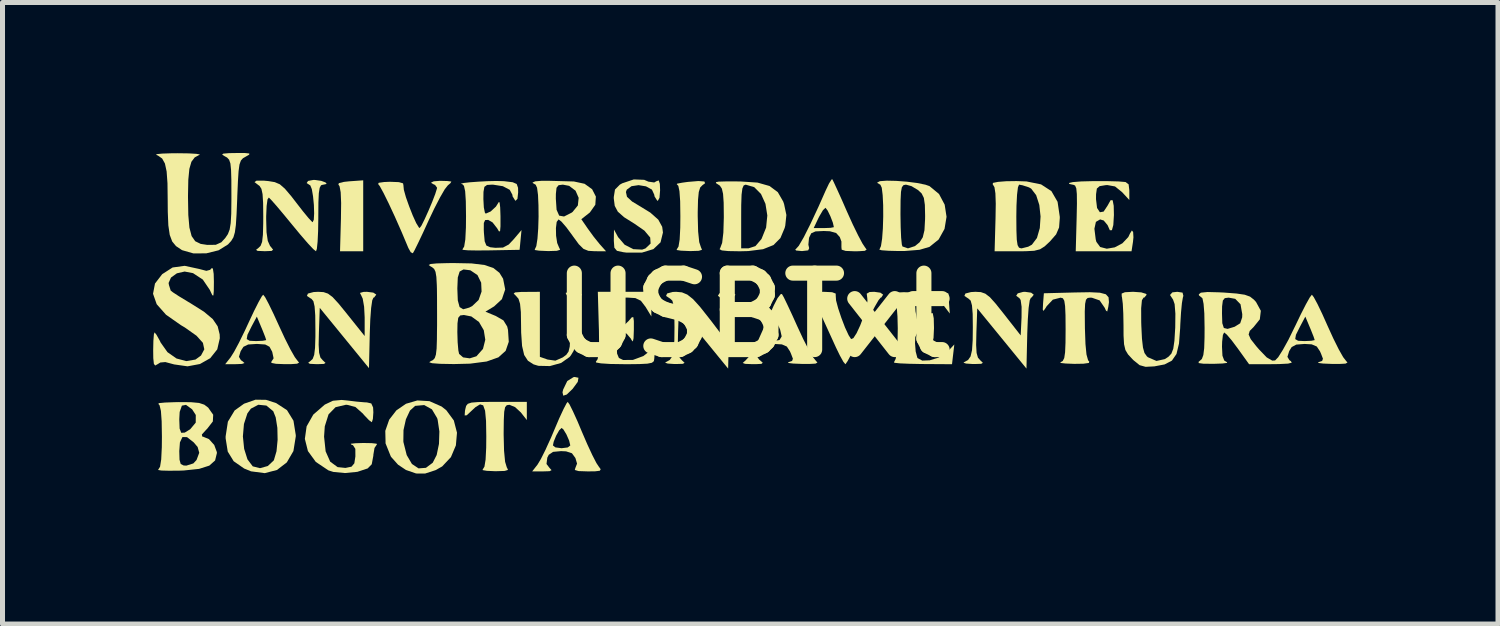
<source format=kicad_pcb>
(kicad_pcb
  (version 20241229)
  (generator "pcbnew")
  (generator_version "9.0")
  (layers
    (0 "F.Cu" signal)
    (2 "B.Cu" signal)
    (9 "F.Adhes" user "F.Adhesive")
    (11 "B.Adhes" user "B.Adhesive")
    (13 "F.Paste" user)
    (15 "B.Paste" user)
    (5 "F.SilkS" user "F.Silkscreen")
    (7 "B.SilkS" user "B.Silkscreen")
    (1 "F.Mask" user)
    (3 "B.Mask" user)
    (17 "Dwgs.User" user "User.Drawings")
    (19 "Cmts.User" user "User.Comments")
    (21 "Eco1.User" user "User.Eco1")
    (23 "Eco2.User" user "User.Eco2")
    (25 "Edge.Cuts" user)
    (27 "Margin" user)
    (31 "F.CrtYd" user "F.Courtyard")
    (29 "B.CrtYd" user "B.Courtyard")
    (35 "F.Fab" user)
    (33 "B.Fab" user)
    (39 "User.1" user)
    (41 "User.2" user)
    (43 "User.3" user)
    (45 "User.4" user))
  (footprint "USBTxt"
    (layer "F.Cu")
    (at 11.953 3.228)
    (property "Reference" "USBTxt" (at 0 0 0) (layer "F.SilkS") (effects (font (size 1.524 1.524) (thickness 0.3))))
    (attr board_only exclude_from_pos_files exclude_from_bom)
    (fp_poly (pts (xy -3.474 1.251) (xy -3.488 1.333) (xy -3.59 1.472) (xy -3.707 1.585) (xy -3.777 1.608) (xy -3.792 1.541) (xy -3.779 1.486) (xy -3.697 1.316) (xy -3.575 1.24) (xy -3.551 1.235)) (stroke (width 0) (type solid)) (fill yes) (layer "F.SilkS"))
    (fp_poly (pts (xy -7.764 -1.27) (xy -8.226 -1.27) (xy -8.208 -1.914) (xy -8.204 -2.232) (xy -8.213 -2.446) (xy -8.236 -2.567) (xy -8.259 -2.6) (xy -8.249 -2.628) (xy -8.148 -2.653) (xy -8.046 -2.664) (xy -7.764 -2.684)) (stroke (width 0) (type solid)) (fill yes) (layer "F.SilkS"))
    (fp_poly (pts (xy -0.965 -2.661) (xy -0.95 -2.626) (xy -1.003 -2.587) (xy -1.048 -2.541) (xy -1.076 -2.451) (xy -1.091 -2.295) (xy -1.097 -2.05) (xy -1.097 -1.971) (xy -1.089 -1.665) (xy -1.067 -1.452) (xy -1.031 -1.344) (xy -1.028 -1.339) (xy -1.012 -1.299) (xy -1.077 -1.279) (xy -1.239 -1.274) (xy -1.273 -1.275) (xy -1.431 -1.282) (xy -1.515 -1.295) (xy -1.515 -1.308) (xy -1.48 -1.364) (xy -1.457 -1.504) (xy -1.445 -1.741) (xy -1.443 -1.968) (xy -1.447 -2.268) (xy -1.461 -2.467) (xy -1.484 -2.575) (xy -1.515 -2.607) (xy -1.506 -2.618) (xy -1.406 -2.637) (xy -1.299 -2.652) (xy -1.084 -2.67)) (stroke (width 0) (type solid)) (fill yes) (layer "F.SilkS"))
    (fp_poly (pts (xy -9.7 1.691) (xy -9.499 1.756) (xy -9.283 1.897) (xy -9.154 2.107) (xy -9.108 2.394) (xy -9.108 2.42) (xy -9.155 2.712) (xy -9.287 2.938) (xy -9.483 3.089) (xy -9.727 3.152) (xy -10 3.116) (xy -10.137 3.06) (xy -10.346 2.914) (xy -10.464 2.722) (xy -10.506 2.458) (xy -10.506 2.42) (xy -10.162 2.42) (xy -10.137 2.667) (xy -10.071 2.877) (xy -9.968 3.014) (xy -9.964 3.017) (xy -9.821 3.053) (xy -9.666 3.01) (xy -9.549 2.901) (xy -9.542 2.886) (xy -9.492 2.716) (xy -9.47 2.489) (xy -9.475 2.25) (xy -9.508 2.041) (xy -9.557 1.918) (xy -9.694 1.805) (xy -9.854 1.789) (xy -10.002 1.866) (xy -10.072 1.96) (xy -10.141 2.172) (xy -10.162 2.42) (xy -10.506 2.42) (xy -10.506 2.419) (xy -10.461 2.126) (xy -10.326 1.902) (xy -10.139 1.768) (xy -9.91 1.688)) (stroke (width 0) (type solid)) (fill yes) (layer "F.SilkS"))
    (fp_poly (pts (xy -6.444 1.717) (xy -6.202 1.824) (xy -6.109 1.897) (xy -5.958 2.102) (xy -5.895 2.346) (xy -5.917 2.599) (xy -6.016 2.833) (xy -6.19 3.018) (xy -6.321 3.092) (xy -6.53 3.16) (xy -6.709 3.159) (xy -6.912 3.089) (xy -7.07 2.983) (xy -7.205 2.832) (xy -7.215 2.817) (xy -7.319 2.558) (xy -7.319 2.516) (xy -6.964 2.516) (xy -6.962 2.535) (xy -6.897 2.792) (xy -6.793 2.969) (xy -6.661 3.057) (xy -6.514 3.046) (xy -6.379 2.945) (xy -6.3 2.791) (xy -6.254 2.569) (xy -6.246 2.321) (xy -6.28 2.091) (xy -6.29 2.056) (xy -6.394 1.881) (xy -6.548 1.795) (xy -6.728 1.811) (xy -6.832 1.905) (xy -6.913 2.078) (xy -6.961 2.294) (xy -6.964 2.516) (xy -7.319 2.516) (xy -7.324 2.309) (xy -7.246 2.086) (xy -7.103 1.901) (xy -6.911 1.769) (xy -6.685 1.703)) (stroke (width 0) (type solid)) (fill yes) (layer "F.SilkS"))
    (fp_poly (pts (xy -4.503 2.094) (xy -4.622 1.942) (xy -4.737 1.836) (xy -4.849 1.79) (xy -4.853 1.79) (xy -4.903 1.798) (xy -4.936 1.838) (xy -4.954 1.929) (xy -4.962 2.093) (xy -4.965 2.349) (xy -4.965 2.384) (xy -4.957 2.705) (xy -4.936 2.926) (xy -4.901 3.041) (xy -4.895 3.048) (xy -4.879 3.088) (xy -4.945 3.108) (xy -5.107 3.113) (xy -5.141 3.113) (xy -5.299 3.106) (xy -5.383 3.092) (xy -5.383 3.079) (xy -5.348 3.023) (xy -5.325 2.883) (xy -5.313 2.646) (xy -5.311 2.42) (xy -5.316 2.111) (xy -5.335 1.908) (xy -5.373 1.801) (xy -5.435 1.781) (xy -5.527 1.837) (xy -5.6 1.905) (xy -5.701 1.999) (xy -5.742 2.002) (xy -5.736 1.913) (xy -5.729 1.876) (xy -5.713 1.812) (xy -5.679 1.77) (xy -5.606 1.746) (xy -5.472 1.735) (xy -5.256 1.732) (xy -5.102 1.732) (xy -4.503 1.732)) (stroke (width 0) (type solid)) (fill yes) (layer "F.SilkS"))
    (fp_poly (pts (xy 2.544 -0.445) (xy 2.598 -0.406) (xy 2.598 -0.404) (xy 2.561 -0.348) (xy 2.549 -0.346) (xy 2.508 -0.297) (xy 2.43 -0.162) (xy 2.326 0.038) (xy 2.207 0.284) (xy 2.191 0.318) (xy 2.072 0.568) (xy 1.968 0.775) (xy 1.89 0.919) (xy 1.848 0.98) (xy 1.846 0.981) (xy 1.806 0.933) (xy 1.736 0.807) (xy 1.659 0.649) (xy 1.539 0.386) (xy 1.42 0.126) (xy 1.312 -0.107) (xy 1.227 -0.291) (xy 1.175 -0.401) (xy 1.167 -0.419) (xy 1.205 -0.444) (xy 1.327 -0.459) (xy 1.416 -0.462) (xy 1.581 -0.454) (xy 1.653 -0.427) (xy 1.654 -0.378) (xy 1.66 -0.291) (xy 1.702 -0.133) (xy 1.766 0.058) (xy 1.839 0.249) (xy 1.911 0.404) (xy 1.96 0.48) (xy 2.005 0.462) (xy 2.069 0.363) (xy 2.141 0.209) (xy 2.208 0.032) (xy 2.26 -0.141) (xy 2.286 -0.28) (xy 2.282 -0.34) (xy 2.271 -0.425) (xy 2.329 -0.458) (xy 2.421 -0.462)) (stroke (width 0) (type solid)) (fill yes) (layer "F.SilkS"))
    (fp_poly (pts (xy -6.089 -2.67) (xy -6.007 -2.66) (xy -6.025 -2.628) (xy -6.078 -2.583) (xy -6.14 -2.504) (xy -6.233 -2.343) (xy -6.347 -2.123) (xy -6.459 -1.887) (xy -6.572 -1.64) (xy -6.67 -1.434) (xy -6.741 -1.29) (xy -6.775 -1.23) (xy -6.817 -1.251) (xy -6.864 -1.335) (xy -6.997 -1.651) (xy -7.13 -1.952) (xy -7.253 -2.217) (xy -7.357 -2.428) (xy -7.433 -2.567) (xy -7.467 -2.611) (xy -7.454 -2.635) (xy -7.349 -2.65) (xy -7.232 -2.655) (xy -7.053 -2.648) (xy -6.97 -2.624) (xy -6.961 -2.576) (xy -6.962 -2.575) (xy -6.954 -2.495) (xy -6.913 -2.348) (xy -6.849 -2.167) (xy -6.777 -1.984) (xy -6.708 -1.832) (xy -6.654 -1.744) (xy -6.639 -1.733) (xy -6.603 -1.782) (xy -6.541 -1.906) (xy -6.465 -2.074) (xy -6.389 -2.254) (xy -6.328 -2.413) (xy -6.295 -2.519) (xy -6.292 -2.537) (xy -6.334 -2.595) (xy -6.35 -2.598) (xy -6.406 -2.631) (xy -6.408 -2.641) (xy -6.358 -2.664) (xy -6.237 -2.674)) (stroke (width 0) (type solid)) (fill yes) (layer "F.SilkS"))
    (fp_poly (pts (xy 6.919 -0.444) (xy 7.037 -0.413) (xy 7.091 -0.353) (xy 7.099 -0.256) (xy 7.086 -0.163) (xy 7.065 -0.07) (xy 7.04 -0.087) (xy 7.014 -0.144) (xy 6.913 -0.291) (xy 6.76 -0.344) (xy 6.725 -0.346) (xy 6.674 -0.339) (xy 6.641 -0.304) (xy 6.624 -0.222) (xy 6.617 -0.071) (xy 6.619 0.168) (xy 6.62 0.268) (xy 6.631 0.579) (xy 6.651 0.786) (xy 6.683 0.902) (xy 6.707 0.931) (xy 6.698 0.956) (xy 6.589 0.971) (xy 6.408 0.974) (xy 6.235 0.967) (xy 6.136 0.956) (xy 6.131 0.942) (xy 6.134 0.942) (xy 6.178 0.917) (xy 6.208 0.857) (xy 6.225 0.743) (xy 6.233 0.552) (xy 6.235 0.284) (xy 6.233 0.006) (xy 6.225 -0.177) (xy 6.209 -0.283) (xy 6.181 -0.333) (xy 6.137 -0.345) (xy 6.134 -0.345) (xy 5.981 -0.306) (xy 5.859 -0.177) (xy 5.839 -0.144) (xy 5.795 -0.081) (xy 5.78 -0.107) (xy 5.786 -0.231) (xy 5.802 -0.433) (xy 6.423 -0.449) (xy 6.72 -0.454)) (stroke (width 0) (type solid)) (fill yes) (layer "F.SilkS"))
    (fp_poly (pts (xy -4.243 0.834) (xy -4.089 0.888) (xy -3.934 0.91) (xy -3.786 0.845) (xy -3.716 0.793) (xy -3.672 0.73) (xy -3.648 0.63) (xy -3.639 0.468) (xy -3.637 0.217) (xy -3.637 0.212) (xy -3.645 -0.082) (xy -3.668 -0.287) (xy -3.704 -0.391) (xy -3.706 -0.393) (xy -3.73 -0.44) (xy -3.662 -0.46) (xy -3.591 -0.462) (xy -3.464 -0.446) (xy -3.406 -0.408) (xy -3.406 -0.404) (xy -3.45 -0.348) (xy -3.464 -0.346) (xy -3.491 -0.292) (xy -3.511 -0.141) (xy -3.521 0.087) (xy -3.521 0.17) (xy -3.525 0.427) (xy -3.539 0.598) (xy -3.57 0.714) (xy -3.624 0.803) (xy -3.651 0.837) (xy -3.82 0.956) (xy -4.044 1.018) (xy -4.273 1.013) (xy -4.369 0.984) (xy -4.481 0.912) (xy -4.556 0.797) (xy -4.598 0.617) (xy -4.616 0.352) (xy -4.618 0.198) (xy -4.622 -0.058) (xy -4.638 -0.223) (xy -4.669 -0.323) (xy -4.719 -0.381) (xy -4.765 -0.427) (xy -4.737 -0.45) (xy -4.619 -0.459) (xy -4.532 -0.46) (xy -4.243 -0.462)) (stroke (width 0) (type solid)) (fill yes) (layer "F.SilkS"))
    (fp_poly (pts (xy 5.455 -2.662) (xy 5.746 -2.603) (xy 5.952 -2.469) (xy 6.075 -2.256) (xy 6.119 -1.958) (xy 6.119 -1.931) (xy 6.105 -1.744) (xy 6.046 -1.607) (xy 5.923 -1.466) (xy 5.818 -1.368) (xy 5.725 -1.309) (xy 5.609 -1.28) (xy 5.435 -1.271) (xy 5.273 -1.27) (xy 4.82 -1.27) (xy 4.838 -1.914) (xy 4.839 -1.963) (xy 5.253 -1.963) (xy 5.255 -1.684) (xy 5.262 -1.5) (xy 5.278 -1.393) (xy 5.306 -1.342) (xy 5.349 -1.328) (xy 5.358 -1.328) (xy 5.49 -1.361) (xy 5.563 -1.401) (xy 5.664 -1.535) (xy 5.721 -1.733) (xy 5.736 -1.963) (xy 5.711 -2.193) (xy 5.648 -2.389) (xy 5.548 -2.519) (xy 5.504 -2.544) (xy 5.377 -2.585) (xy 5.307 -2.598) (xy 5.285 -2.544) (xy 5.267 -2.396) (xy 5.256 -2.178) (xy 5.253 -1.963) (xy 4.839 -1.963) (xy 4.843 -2.218) (xy 4.836 -2.424) (xy 4.817 -2.547) (xy 4.783 -2.604) (xy 4.781 -2.606) (xy 4.788 -2.633) (xy 4.886 -2.653) (xy 5.051 -2.666) (xy 5.256 -2.669)) (stroke (width 0) (type solid)) (fill yes) (layer "F.SilkS"))
    (fp_poly (pts (xy -0.313 -2.662) (xy -0.239 -2.661) (xy 0.094 -2.639) (xy 0.334 -2.571) (xy 0.499 -2.448) (xy 0.607 -2.261) (xy 0.624 -2.211) (xy 0.67 -1.993) (xy 0.648 -1.783) (xy 0.636 -1.735) (xy 0.551 -1.533) (xy 0.413 -1.394) (xy 0.205 -1.311) (xy -0.09 -1.274) (xy -0.257 -1.27) (xy -0.487 -1.274) (xy -0.617 -1.287) (xy -0.661 -1.311) (xy -0.653 -1.328) (xy -0.231 -1.328) (xy -0.086 -1.328) (xy 0.053 -1.373) (xy 0.174 -1.515) (xy 0.266 -1.742) (xy 0.29 -1.984) (xy 0.253 -2.216) (xy 0.164 -2.412) (xy 0.029 -2.548) (xy -0.141 -2.598) (xy -0.181 -2.582) (xy -0.207 -2.522) (xy -0.223 -2.399) (xy -0.23 -2.194) (xy -0.231 -1.963) (xy -0.231 -1.328) (xy -0.653 -1.328) (xy -0.647 -1.339) (xy -0.61 -1.438) (xy -0.586 -1.642) (xy -0.577 -1.941) (xy -0.577 -1.971) (xy -0.58 -2.239) (xy -0.592 -2.414) (xy -0.616 -2.519) (xy -0.655 -2.577) (xy -0.678 -2.593) (xy -0.73 -2.626) (xy -0.735 -2.647) (xy -0.679 -2.658) (xy -0.544 -2.662)) (stroke (width 0) (type solid)) (fill yes) (layer "F.SilkS"))
    (fp_poly (pts (xy -7.563 -0.446) (xy -7.505 -0.408) (xy -7.505 -0.404) (xy -7.547 -0.348) (xy -7.56 -0.346) (xy -7.584 -0.292) (xy -7.606 -0.141) (xy -7.623 0.088) (xy -7.633 0.356) (xy -7.649 1.059) (xy -8.63 -0.142) (xy -8.647 0.346) (xy -8.652 0.594) (xy -8.643 0.753) (xy -8.617 0.848) (xy -8.569 0.904) (xy -8.564 0.908) (xy -8.515 0.955) (xy -8.547 0.975) (xy -8.678 0.98) (xy -8.691 0.98) (xy -8.827 0.973) (xy -8.861 0.953) (xy -8.818 0.919) (xy -8.771 0.875) (xy -8.741 0.795) (xy -8.724 0.655) (xy -8.717 0.434) (xy -8.717 0.284) (xy -8.72 0.009) (xy -8.733 -0.171) (xy -8.757 -0.275) (xy -8.795 -0.322) (xy -8.803 -0.325) (xy -8.886 -0.38) (xy -8.866 -0.427) (xy -8.754 -0.457) (xy -8.664 -0.462) (xy -8.555 -0.456) (xy -8.466 -0.426) (xy -8.374 -0.357) (xy -8.257 -0.23) (xy -8.093 -0.029) (xy -8.087 -0.021) (xy -7.735 0.419) (xy -7.735 0.048) (xy -7.746 -0.165) (xy -7.774 -0.326) (xy -7.805 -0.393) (xy -7.829 -0.44) (xy -7.76 -0.46) (xy -7.689 -0.462)) (stroke (width 0) (type solid)) (fill yes) (layer "F.SilkS"))
    (fp_poly (pts (xy 5.548 -0.445) (xy 5.6 -0.405) (xy 5.6 -0.404) (xy 5.557 -0.348) (xy 5.544 -0.346) (xy 5.52 -0.292) (xy 5.498 -0.141) (xy 5.482 0.088) (xy 5.471 0.361) (xy 5.455 1.068) (xy 4.965 0.468) (xy 4.474 -0.132) (xy 4.457 0.352) (xy 4.452 0.598) (xy 4.461 0.756) (xy 4.488 0.85) (xy 4.537 0.906) (xy 4.54 0.908) (xy 4.586 0.953) (xy 4.554 0.973) (xy 4.426 0.977) (xy 4.384 0.977) (xy 4.251 0.968) (xy 4.2 0.951) (xy 4.214 0.939) (xy 4.291 0.897) (xy 4.341 0.825) (xy 4.37 0.701) (xy 4.383 0.503) (xy 4.386 0.244) (xy 4.383 -0.021) (xy 4.369 -0.191) (xy 4.343 -0.286) (xy 4.301 -0.325) (xy 4.218 -0.38) (xy 4.238 -0.428) (xy 4.35 -0.457) (xy 4.437 -0.462) (xy 4.546 -0.456) (xy 4.635 -0.425) (xy 4.727 -0.354) (xy 4.843 -0.224) (xy 5 -0.027) (xy 5.34 0.407) (xy 5.357 0.046) (xy 5.358 -0.164) (xy 5.339 -0.299) (xy 5.314 -0.336) (xy 5.25 -0.383) (xy 5.281 -0.431) (xy 5.387 -0.46) (xy 5.426 -0.462)) (stroke (width 0) (type solid)) (fill yes) (layer "F.SilkS"))
    (fp_poly (pts (xy -8.082 1.704) (xy -7.891 1.727) (xy -7.729 1.741) (xy -7.692 1.742) (xy -7.603 1.763) (xy -7.567 1.843) (xy -7.562 1.94) (xy -7.571 2.071) (xy -7.591 2.135) (xy -7.595 2.136) (xy -7.649 2.096) (xy -7.744 1.997) (xy -7.773 1.963) (xy -7.92 1.833) (xy -8.087 1.79) (xy -8.112 1.79) (xy -8.316 1.838) (xy -8.455 1.981) (xy -8.53 2.219) (xy -8.544 2.425) (xy -8.513 2.718) (xy -8.422 2.923) (xy -8.274 3.032) (xy -8.118 3.048) (xy -7.997 3.023) (xy -7.941 2.956) (xy -7.92 2.819) (xy -7.921 2.668) (xy -7.967 2.596) (xy -8.006 2.58) (xy -8.011 2.566) (xy -7.919 2.556) (xy -7.764 2.551) (xy -7.596 2.554) (xy -7.498 2.565) (xy -7.49 2.578) (xy -7.539 2.65) (xy -7.562 2.787) (xy -7.562 2.803) (xy -7.594 2.975) (xy -7.675 3.058) (xy -7.881 3.126) (xy -8.128 3.15) (xy -8.359 3.128) (xy -8.457 3.097) (xy -8.709 2.928) (xy -8.866 2.712) (xy -8.927 2.469) (xy -8.892 2.22) (xy -8.759 1.985) (xy -8.53 1.786) (xy -8.367 1.709) (xy -8.193 1.693)) (stroke (width 0) (type solid)) (fill yes) (layer "F.SilkS"))
    (fp_poly (pts (xy -2.164 -2.694) (xy -2.08 -2.658) (xy -1.964 -2.641) (xy -1.921 -2.666) (xy -1.874 -2.682) (xy -1.852 -2.614) (xy -1.847 -2.486) (xy -1.859 -2.336) (xy -1.891 -2.277) (xy -1.905 -2.28) (xy -1.958 -2.364) (xy -1.963 -2.397) (xy -2.01 -2.499) (xy -2.128 -2.564) (xy -2.276 -2.588) (xy -2.417 -2.567) (xy -2.511 -2.498) (xy -2.528 -2.451) (xy -2.507 -2.356) (xy -2.404 -2.261) (xy -2.297 -2.197) (xy -2.042 -2.041) (xy -1.883 -1.9) (xy -1.805 -1.757) (xy -1.79 -1.644) (xy -1.838 -1.448) (xy -1.98 -1.313) (xy -2.207 -1.244) (xy -2.513 -1.243) (xy -2.583 -1.252) (xy -2.707 -1.279) (xy -2.759 -1.342) (xy -2.769 -1.479) (xy -2.769 -1.49) (xy -2.766 -1.703) (xy -2.684 -1.552) (xy -2.553 -1.4) (xy -2.38 -1.312) (xy -2.204 -1.303) (xy -2.138 -1.327) (xy -2.036 -1.424) (xy -2.044 -1.544) (xy -2.16 -1.682) (xy -2.356 -1.818) (xy -2.565 -1.949) (xy -2.69 -2.06) (xy -2.751 -2.175) (xy -2.77 -2.323) (xy -2.77 -2.351) (xy -2.746 -2.5) (xy -2.649 -2.598) (xy -2.601 -2.625) (xy -2.371 -2.702)) (stroke (width 0) (type solid)) (fill yes) (layer "F.SilkS"))
    (fp_poly (pts (xy -0.398 -0.445) (xy -0.346 -0.405) (xy -0.346 -0.404) (xy -0.389 -0.348) (xy -0.402 -0.346) (xy -0.426 -0.292) (xy -0.447 -0.141) (xy -0.464 0.088) (xy -0.474 0.361) (xy -0.491 1.068) (xy -0.981 0.468) (xy -1.472 -0.132) (xy -1.489 0.352) (xy -1.494 0.598) (xy -1.485 0.756) (xy -1.458 0.85) (xy -1.409 0.906) (xy -1.406 0.908) (xy -1.359 0.953) (xy -1.392 0.973) (xy -1.52 0.977) (xy -1.562 0.977) (xy -1.695 0.968) (xy -1.746 0.951) (xy -1.732 0.939) (xy -1.655 0.897) (xy -1.605 0.825) (xy -1.576 0.701) (xy -1.563 0.503) (xy -1.56 0.244) (xy -1.563 -0.021) (xy -1.577 -0.191) (xy -1.603 -0.286) (xy -1.645 -0.325) (xy -1.728 -0.38) (xy -1.707 -0.429) (xy -1.595 -0.459) (xy -1.527 -0.462) (xy -1.411 -0.451) (xy -1.305 -0.407) (xy -1.191 -0.317) (xy -1.052 -0.164) (xy -0.87 0.066) (xy -0.821 0.129) (xy -0.606 0.412) (xy -0.589 0.048) (xy -0.588 -0.163) (xy -0.607 -0.298) (xy -0.632 -0.336) (xy -0.695 -0.383) (xy -0.665 -0.431) (xy -0.559 -0.46) (xy -0.52 -0.462)) (stroke (width 0) (type solid)) (fill yes) (layer "F.SilkS"))
    (fp_poly (pts (xy -3.652 1.782) (xy -3.585 1.917) (xy -3.494 2.117) (xy -3.407 2.324) (xy -3.299 2.574) (xy -3.198 2.792) (xy -3.116 2.951) (xy -3.073 3.016) (xy -3.031 3.074) (xy -3.048 3.104) (xy -3.146 3.116) (xy -3.293 3.117) (xy -3.471 3.111) (xy -3.547 3.089) (xy -3.537 3.052) (xy -3.502 2.962) (xy -3.535 2.85) (xy -3.604 2.756) (xy -3.72 2.718) (xy -3.821 2.713) (xy -3.98 2.728) (xy -4.066 2.786) (xy -4.095 2.843) (xy -4.111 2.969) (xy -4.053 3.045) (xy -4.01 3.092) (xy -4.05 3.113) (xy -4.178 3.117) (xy -4.396 3.117) (xy -4.29 2.982) (xy -4.224 2.872) (xy -4.13 2.685) (xy -4.092 2.6) (xy -3.983 2.6) (xy -3.933 2.639) (xy -3.812 2.655) (xy -3.81 2.655) (xy -3.688 2.64) (xy -3.637 2.601) (xy -3.637 2.6) (xy -3.66 2.503) (xy -3.714 2.38) (xy -3.774 2.281) (xy -3.81 2.251) (xy -3.858 2.298) (xy -3.919 2.406) (xy -3.968 2.527) (xy -3.983 2.6) (xy -4.092 2.6) (xy -4.023 2.45) (xy -3.955 2.289) (xy -3.857 2.059) (xy -3.772 1.876) (xy -3.711 1.76) (xy -3.688 1.732)) (stroke (width 0) (type solid)) (fill yes) (layer "F.SilkS"))
    (fp_poly (pts (xy -9.719 -0.355) (xy -9.647 -0.22) (xy -9.55 -0.02) (xy -9.442 0.216) (xy -9.325 0.468) (xy -9.216 0.684) (xy -9.127 0.84) (xy -9.075 0.909) (xy -9.042 0.949) (xy -9.082 0.971) (xy -9.212 0.98) (xy -9.326 0.98) (xy -9.502 0.973) (xy -9.594 0.955) (xy -9.595 0.932) (xy -9.55 0.863) (xy -9.577 0.737) (xy -9.579 0.731) (xy -9.632 0.633) (xy -9.717 0.588) (xy -9.875 0.577) (xy -9.89 0.577) (xy -10.057 0.588) (xy -10.151 0.634) (xy -10.206 0.72) (xy -10.241 0.834) (xy -10.201 0.901) (xy -10.172 0.92) (xy -10.13 0.957) (xy -10.18 0.975) (xy -10.294 0.98) (xy -10.515 0.981) (xy -10.407 0.844) (xy -10.338 0.734) (xy -10.238 0.548) (xy -10.205 0.48) (xy -10.086 0.48) (xy -10.028 0.514) (xy -9.9 0.52) (xy -9.767 0.514) (xy -9.7 0.501) (xy -9.698 0.498) (xy -9.718 0.436) (xy -9.769 0.307) (xy -9.791 0.254) (xy -9.884 0.032) (xy -9.991 0.232) (xy -10.071 0.394) (xy -10.086 0.48) (xy -10.205 0.48) (xy -10.124 0.315) (xy -10.048 0.151) (xy -9.941 -0.077) (xy -9.849 -0.259) (xy -9.783 -0.375) (xy -9.757 -0.404)) (stroke (width 0) (type solid)) (fill yes) (layer "F.SilkS"))
    (fp_poly (pts (xy 1.614 -2.648) (xy 1.68 -2.505) (xy 1.773 -2.3) (xy 1.878 -2.06) (xy 1.993 -1.806) (xy 2.1 -1.587) (xy 2.185 -1.427) (xy 2.234 -1.353) (xy 2.269 -1.304) (xy 2.234 -1.279) (xy 2.111 -1.271) (xy 2.026 -1.27) (xy 1.852 -1.277) (xy 1.772 -1.302) (xy 1.767 -1.352) (xy 1.767 -1.465) (xy 1.734 -1.554) (xy 1.662 -1.634) (xy 1.537 -1.669) (xy 1.413 -1.674) (xy 1.25 -1.666) (xy 1.166 -1.629) (xy 1.125 -1.547) (xy 1.121 -1.533) (xy 1.108 -1.402) (xy 1.124 -1.331) (xy 1.104 -1.288) (xy 0.982 -1.274) (xy 0.97 -1.275) (xy 0.864 -1.285) (xy 0.845 -1.305) (xy 0.854 -1.309) (xy 0.917 -1.379) (xy 1.016 -1.549) (xy 1.108 -1.732) (xy 1.214 -1.732) (xy 1.415 -1.732) (xy 1.549 -1.737) (xy 1.615 -1.75) (xy 1.616 -1.752) (xy 1.596 -1.841) (xy 1.548 -1.966) (xy 1.493 -2.08) (xy 1.451 -2.135) (xy 1.448 -2.136) (xy 1.399 -2.089) (xy 1.33 -1.972) (xy 1.31 -1.934) (xy 1.214 -1.732) (xy 1.108 -1.732) (xy 1.148 -1.811) (xy 1.31 -2.158) (xy 1.451 -2.476) (xy 1.519 -2.619) (xy 1.569 -2.699) (xy 1.584 -2.707)) (stroke (width 0) (type solid)) (fill yes) (layer "F.SilkS"))
    (fp_poly (pts (xy 3.229 -0.452) (xy 3.32 -0.45) (xy 3.897 -0.433) (xy 3.912 -0.231) (xy 3.927 -0.029) (xy 3.806 -0.188) (xy 3.691 -0.3) (xy 3.545 -0.343) (xy 3.456 -0.346) (xy 3.226 -0.346) (xy 3.244 -0.072) (xy 3.277 0.111) (xy 3.337 0.201) (xy 3.413 0.19) (xy 3.492 0.072) (xy 3.549 -0.034) (xy 3.587 -0.037) (xy 3.607 0.066) (xy 3.612 0.26) (xy 3.603 0.456) (xy 3.58 0.56) (xy 3.546 0.566) (xy 3.505 0.465) (xy 3.505 0.462) (xy 3.427 0.364) (xy 3.354 0.346) (xy 3.273 0.365) (xy 3.239 0.443) (xy 3.234 0.563) (xy 3.247 0.727) (xy 3.279 0.848) (xy 3.285 0.859) (xy 3.378 0.909) (xy 3.528 0.903) (xy 3.698 0.851) (xy 3.85 0.761) (xy 3.891 0.722) (xy 4.017 0.587) (xy 3.994 0.784) (xy 3.971 0.981) (xy 3.356 0.977) (xy 3.115 0.972) (xy 2.932 0.964) (xy 2.827 0.953) (xy 2.814 0.943) (xy 2.848 0.875) (xy 2.872 0.72) (xy 2.886 0.508) (xy 2.89 0.268) (xy 2.884 0.028) (xy 2.868 -0.183) (xy 2.842 -0.335) (xy 2.815 -0.395) (xy 2.804 -0.427) (xy 2.859 -0.447) (xy 2.996 -0.454)) (stroke (width 0) (type solid)) (fill yes) (layer "F.SilkS"))
    (fp_poly (pts (xy -2.554 -0.462) (xy -2.02 -0.462) (xy -2.021 0.029) (xy -2.135 -0.159) (xy -2.23 -0.284) (xy -2.34 -0.337) (xy -2.481 -0.346) (xy -2.713 -0.346) (xy -2.713 -0.09) (xy -2.694 0.108) (xy -2.638 0.204) (xy -2.552 0.194) (xy -2.473 0.118) (xy -2.412 0.047) (xy -2.381 0.042) (xy -2.37 0.119) (xy -2.37 0.295) (xy -2.37 0.297) (xy -2.376 0.464) (xy -2.39 0.528) (xy -2.417 0.499) (xy -2.426 0.476) (xy -2.514 0.372) (xy -2.596 0.346) (xy -2.669 0.363) (xy -2.704 0.432) (xy -2.713 0.584) (xy -2.713 0.605) (xy -2.704 0.77) (xy -2.668 0.856) (xy -2.588 0.895) (xy -2.581 0.897) (xy -2.388 0.895) (xy -2.18 0.818) (xy -2.008 0.684) (xy -2.001 0.675) (xy -1.93 0.599) (xy -1.917 0.612) (xy -1.928 0.654) (xy -1.959 0.807) (xy -1.963 0.871) (xy -1.971 0.92) (xy -2.01 0.952) (xy -2.1 0.97) (xy -2.26 0.978) (xy -2.51 0.981) (xy -2.583 0.98) (xy -2.842 0.976) (xy -3.026 0.964) (xy -3.122 0.947) (xy -3.127 0.931) (xy -3.092 0.88) (xy -3.072 0.769) (xy -3.063 0.581) (xy -3.066 0.299) (xy -3.069 0.21) (xy -3.088 -0.462)) (stroke (width 0) (type solid)) (fill yes) (layer "F.SilkS"))
    (fp_poly (pts (xy 2.858 -2.673) (xy 3.07 -2.657) (xy 3.274 -2.631) (xy 3.441 -2.597) (xy 3.522 -2.569) (xy 3.712 -2.412) (xy 3.825 -2.199) (xy 3.862 -1.957) (xy 3.822 -1.716) (xy 3.705 -1.505) (xy 3.523 -1.358) (xy 3.324 -1.299) (xy 3.019 -1.275) (xy 2.904 -1.275) (xy 2.704 -1.28) (xy 2.568 -1.29) (xy 2.52 -1.304) (xy 2.526 -1.308) (xy 2.555 -1.373) (xy 2.578 -1.521) (xy 2.593 -1.725) (xy 2.6 -1.957) (xy 2.6 -2.001) (xy 2.944 -2.001) (xy 2.948 -1.749) (xy 2.957 -1.542) (xy 2.971 -1.406) (xy 2.983 -1.366) (xy 3.093 -1.328) (xy 3.232 -1.373) (xy 3.325 -1.449) (xy 3.388 -1.548) (xy 3.422 -1.689) (xy 3.434 -1.906) (xy 3.435 -1.974) (xy 3.43 -2.194) (xy 3.41 -2.333) (xy 3.366 -2.422) (xy 3.298 -2.487) (xy 3.164 -2.568) (xy 3.053 -2.598) (xy 3.004 -2.588) (xy 2.972 -2.547) (xy 2.954 -2.453) (xy 2.946 -2.286) (xy 2.944 -2.026) (xy 2.944 -2.001) (xy 2.6 -2.001) (xy 2.599 -2.188) (xy 2.589 -2.39) (xy 2.571 -2.536) (xy 2.543 -2.597) (xy 2.54 -2.598) (xy 2.484 -2.631) (xy 2.482 -2.641) (xy 2.534 -2.667) (xy 2.67 -2.677)) (stroke (width 0) (type solid)) (fill yes) (layer "F.SilkS"))
    (fp_poly (pts (xy 8.566 -0.446) (xy 8.582 -0.382) (xy 8.572 -0.346) (xy 8.553 -0.236) (xy 8.535 -0.046) (xy 8.521 0.188) (xy 8.518 0.266) (xy 8.495 0.569) (xy 8.445 0.777) (xy 8.354 0.909) (xy 8.209 0.985) (xy 8.004 1.024) (xy 7.829 1.033) (xy 7.71 1) (xy 7.591 0.904) (xy 7.565 0.878) (xy 7.479 0.785) (xy 7.427 0.698) (xy 7.4 0.583) (xy 7.39 0.41) (xy 7.389 0.211) (xy 7.385 -0.025) (xy 7.375 -0.223) (xy 7.359 -0.351) (xy 7.354 -0.371) (xy 7.352 -0.427) (xy 7.418 -0.454) (xy 7.575 -0.462) (xy 7.585 -0.462) (xy 7.742 -0.451) (xy 7.837 -0.422) (xy 7.851 -0.404) (xy 7.806 -0.349) (xy 7.788 -0.346) (xy 7.756 -0.294) (xy 7.741 -0.135) (xy 7.742 0.135) (xy 7.744 0.207) (xy 7.757 0.473) (xy 7.777 0.649) (xy 7.807 0.757) (xy 7.854 0.823) (xy 7.876 0.842) (xy 8.046 0.916) (xy 8.213 0.879) (xy 8.284 0.833) (xy 8.343 0.77) (xy 8.381 0.672) (xy 8.404 0.513) (xy 8.419 0.265) (xy 8.42 0.252) (xy 8.423 -0.025) (xy 8.408 -0.216) (xy 8.377 -0.306) (xy 8.316 -0.399) (xy 8.363 -0.451) (xy 8.461 -0.462)) (stroke (width 0) (type solid)) (fill yes) (layer "F.SilkS"))
    (fp_poly (pts (xy 7.062 -2.668) (xy 7.288 -2.662) (xy 7.43 -2.65) (xy 7.491 -2.604) (xy 7.504 -2.495) (xy 7.505 -2.474) (xy 7.505 -2.292) (xy 7.36 -2.449) (xy 7.22 -2.562) (xy 7.065 -2.59) (xy 7.028 -2.587) (xy 6.913 -2.568) (xy 6.858 -2.52) (xy 6.842 -2.408) (xy 6.841 -2.309) (xy 6.862 -2.133) (xy 6.918 -2.048) (xy 6.993 -2.061) (xy 7.071 -2.179) (xy 7.132 -2.288) (xy 7.173 -2.287) (xy 7.194 -2.175) (xy 7.198 -1.992) (xy 7.186 -1.793) (xy 7.158 -1.69) (xy 7.117 -1.689) (xy 7.072 -1.79) (xy 6.995 -1.883) (xy 6.923 -1.905) (xy 6.839 -1.856) (xy 6.809 -1.719) (xy 6.835 -1.509) (xy 6.848 -1.458) (xy 6.924 -1.355) (xy 7.056 -1.321) (xy 7.214 -1.348) (xy 7.367 -1.429) (xy 7.485 -1.554) (xy 7.518 -1.624) (xy 7.556 -1.685) (xy 7.581 -1.653) (xy 7.587 -1.548) (xy 7.578 -1.458) (xy 7.549 -1.27) (xy 6.993 -1.27) (xy 6.437 -1.27) (xy 6.455 -1.934) (xy 6.461 -2.22) (xy 6.459 -2.411) (xy 6.448 -2.524) (xy 6.424 -2.58) (xy 6.385 -2.597) (xy 6.373 -2.598) (xy 6.305 -2.613) (xy 6.307 -2.632) (xy 6.381 -2.649) (xy 6.547 -2.662) (xy 6.781 -2.668)) (stroke (width 0) (type solid)) (fill yes) (layer "F.SilkS"))
    (fp_poly (pts (xy 0.619 -0.352) (xy 0.692 -0.201) (xy 0.79 0.009) (xy 0.89 0.231) (xy 1.006 0.48) (xy 1.115 0.692) (xy 1.204 0.845) (xy 1.255 0.909) (xy 1.289 0.948) (xy 1.251 0.969) (xy 1.125 0.976) (xy 0.978 0.975) (xy 0.806 0.968) (xy 0.709 0.956) (xy 0.705 0.942) (xy 0.707 0.942) (xy 0.784 0.916) (xy 0.8 0.871) (xy 0.761 0.769) (xy 0.741 0.724) (xy 0.679 0.629) (xy 0.581 0.586) (xy 0.426 0.577) (xy 0.251 0.591) (xy 0.151 0.644) (xy 0.11 0.703) (xy 0.075 0.811) (xy 0.126 0.888) (xy 0.148 0.905) (xy 0.199 0.951) (xy 0.174 0.974) (xy 0.054 0.98) (xy -0.003 0.98) (xy -0.152 0.974) (xy -0.2 0.956) (xy -0.161 0.92) (xy -0.154 0.916) (xy -0.079 0.835) (xy 0.019 0.679) (xy 0.118 0.482) (xy 0.121 0.477) (xy 0.246 0.477) (xy 0.32 0.515) (xy 0.404 0.52) (xy 0.533 0.499) (xy 0.575 0.43) (xy 0.575 0.419) (xy 0.546 0.293) (xy 0.495 0.177) (xy 0.418 0.037) (xy 0.324 0.218) (xy 0.249 0.385) (xy 0.246 0.477) (xy 0.121 0.477) (xy 0.123 0.471) (xy 0.231 0.229) (xy 0.341 -0.016) (xy 0.418 -0.188) (xy 0.493 -0.334) (xy 0.555 -0.414) (xy 0.581 -0.419)) (stroke (width 0) (type solid)) (fill yes) (layer "F.SilkS"))
    (fp_poly (pts (xy -11.197 1.738) (xy -11.036 1.753) (xy -10.932 1.787) (xy -10.855 1.845) (xy -10.853 1.847) (xy -10.754 1.988) (xy -10.761 2.122) (xy -10.876 2.27) (xy -10.89 2.283) (xy -10.98 2.382) (xy -10.972 2.423) (xy -10.957 2.425) (xy -10.838 2.474) (xy -10.733 2.591) (xy -10.681 2.732) (xy -10.68 2.752) (xy -10.716 2.899) (xy -10.831 3.002) (xy -11.035 3.067) (xy -11.339 3.099) (xy -11.422 3.102) (xy -11.635 3.104) (xy -11.785 3.1) (xy -11.852 3.089) (xy -11.849 3.082) (xy -11.813 3.024) (xy -11.79 2.879) (xy -11.782 2.713) (xy -11.43 2.713) (xy -11.425 2.885) (xy -11.401 2.97) (xy -11.344 2.999) (xy -11.288 3.002) (xy -11.149 2.958) (xy -11.086 2.89) (xy -11.032 2.746) (xy -11.064 2.631) (xy -11.141 2.54) (xy -11.276 2.434) (xy -11.367 2.433) (xy -11.417 2.539) (xy -11.43 2.713) (xy -11.782 2.713) (xy -11.778 2.636) (xy -11.776 2.425) (xy -11.781 2.116) (xy -11.784 2.078) (xy -11.43 2.078) (xy -11.423 2.264) (xy -11.391 2.348) (xy -11.321 2.344) (xy -11.212 2.277) (xy -11.102 2.145) (xy -11.101 1.993) (xy -11.174 1.88) (xy -11.296 1.791) (xy -11.378 1.807) (xy -11.422 1.932) (xy -11.43 2.078) (xy -11.784 2.078) (xy -11.796 1.911) (xy -11.823 1.799) (xy -11.849 1.77) (xy -11.83 1.756) (xy -11.717 1.745) (xy -11.532 1.738) (xy -11.444 1.736)) (stroke (width 0) (type solid)) (fill yes) (layer "F.SilkS"))
    (fp_poly (pts (xy -11.031 -0.917) (xy -11.028 -0.916) (xy -10.89 -0.88) (xy -10.814 -0.9) (xy -10.79 -0.93) (xy -10.761 -0.929) (xy -10.744 -0.819) (xy -10.74 -0.664) (xy -10.742 -0.475) (xy -10.75 -0.389) (xy -10.771 -0.393) (xy -10.809 -0.473) (xy -10.82 -0.498) (xy -10.961 -0.706) (xy -11.156 -0.834) (xy -11.323 -0.866) (xy -11.477 -0.831) (xy -11.595 -0.746) (xy -11.643 -0.638) (xy -11.635 -0.594) (xy -11.607 -0.507) (xy -11.603 -0.489) (xy -11.557 -0.452) (xy -11.434 -0.372) (xy -11.259 -0.266) (xy -11.202 -0.232) (xy -10.937 -0.065) (xy -10.763 0.081) (xy -10.665 0.225) (xy -10.625 0.386) (xy -10.622 0.464) (xy -10.673 0.685) (xy -10.813 0.861) (xy -11.018 0.977) (xy -11.265 1.023) (xy -11.533 0.985) (xy -11.547 0.981) (xy -11.708 0.938) (xy -11.808 0.947) (xy -11.861 0.98) (xy -11.91 1.007) (xy -11.936 0.974) (xy -11.948 0.861) (xy -11.95 0.7) (xy -11.946 0.515) (xy -11.936 0.387) (xy -11.923 0.346) (xy -11.885 0.393) (xy -11.82 0.509) (xy -11.8 0.551) (xy -11.665 0.741) (xy -11.485 0.867) (xy -11.29 0.919) (xy -11.107 0.888) (xy -10.997 0.808) (xy -10.931 0.684) (xy -10.959 0.555) (xy -11.087 0.413) (xy -11.319 0.249) (xy -11.4 0.201) (xy -11.695 -0.006) (xy -11.88 -0.215) (xy -11.953 -0.423) (xy -11.914 -0.627) (xy -11.77 -0.814) (xy -11.563 -0.947) (xy -11.322 -0.98)) (stroke (width 0) (type solid)) (fill yes) (layer "F.SilkS"))
    (fp_poly (pts (xy -4.084 -2.675) (xy -3.858 -2.669) (xy -3.64 -2.663) (xy -3.565 -2.661) (xy -3.352 -2.615) (xy -3.202 -2.507) (xy -3.127 -2.36) (xy -3.138 -2.197) (xy -3.246 -2.044) (xy -3.267 -2.027) (xy -3.417 -1.909) (xy -3.286 -1.719) (xy -3.168 -1.557) (xy -3.051 -1.412) (xy -3.04 -1.4) (xy -2.924 -1.27) (xy -3.151 -1.271) (xy -3.278 -1.279) (xy -3.374 -1.318) (xy -3.467 -1.41) (xy -3.589 -1.576) (xy -3.597 -1.588) (xy -3.716 -1.749) (xy -3.815 -1.863) (xy -3.871 -1.905) (xy -3.908 -1.855) (xy -3.923 -1.733) (xy -3.92 -1.579) (xy -3.898 -1.435) (xy -3.859 -1.342) (xy -3.856 -1.339) (xy -3.84 -1.299) (xy -3.906 -1.279) (xy -4.068 -1.274) (xy -4.102 -1.275) (xy -4.259 -1.282) (xy -4.344 -1.295) (xy -4.344 -1.308) (xy -4.314 -1.373) (xy -4.291 -1.521) (xy -4.276 -1.725) (xy -4.269 -1.957) (xy -4.271 -2.188) (xy -4.277 -2.319) (xy -3.925 -2.319) (xy -3.91 -2.097) (xy -3.858 -1.98) (xy -3.761 -1.963) (xy -3.613 -2.038) (xy -3.592 -2.053) (xy -3.486 -2.183) (xy -3.47 -2.335) (xy -3.532 -2.477) (xy -3.66 -2.574) (xy -3.785 -2.598) (xy -3.87 -2.587) (xy -3.911 -2.536) (xy -3.924 -2.414) (xy -3.925 -2.319) (xy -4.277 -2.319) (xy -4.28 -2.39) (xy -4.299 -2.536) (xy -4.327 -2.597) (xy -4.33 -2.598) (xy -4.386 -2.631) (xy -4.387 -2.641) (xy -4.335 -2.664) (xy -4.202 -2.675)) (stroke (width 0) (type solid)) (fill yes) (layer "F.SilkS"))
    (fp_poly (pts (xy -4.98 -2.668) (xy -4.95 -2.666) (xy -4.785 -2.646) (xy -4.705 -2.611) (xy -4.678 -2.535) (xy -4.676 -2.443) (xy -4.69 -2.315) (xy -4.727 -2.277) (xy -4.734 -2.28) (xy -4.787 -2.364) (xy -4.791 -2.397) (xy -4.844 -2.495) (xy -4.981 -2.567) (xy -5.172 -2.597) (xy -5.192 -2.598) (xy -5.296 -2.592) (xy -5.349 -2.554) (xy -5.367 -2.454) (xy -5.369 -2.309) (xy -5.36 -2.144) (xy -5.339 -2.04) (xy -5.322 -2.02) (xy -5.224 -2.063) (xy -5.119 -2.16) (xy -5.062 -2.251) (xy -5.046 -2.244) (xy -5.034 -2.143) (xy -5.028 -1.97) (xy -5.028 -1.963) (xy -5.028 -1.767) (xy -5.036 -1.673) (xy -5.057 -1.664) (xy -5.094 -1.727) (xy -5.097 -1.731) (xy -5.186 -1.845) (xy -5.272 -1.895) (xy -5.334 -1.892) (xy -5.36 -1.834) (xy -5.361 -1.696) (xy -5.358 -1.636) (xy -5.343 -1.468) (xy -5.309 -1.384) (xy -5.232 -1.35) (xy -5.131 -1.339) (xy -4.978 -1.344) (xy -4.863 -1.405) (xy -4.766 -1.508) (xy -4.609 -1.693) (xy -4.628 -1.496) (xy -4.647 -1.299) (xy -5.253 -1.288) (xy -5.493 -1.286) (xy -5.674 -1.289) (xy -5.776 -1.298) (xy -5.787 -1.307) (xy -5.752 -1.364) (xy -5.729 -1.505) (xy -5.717 -1.744) (xy -5.715 -1.968) (xy -5.719 -2.268) (xy -5.732 -2.466) (xy -5.756 -2.574) (xy -5.787 -2.606) (xy -5.819 -2.617) (xy -5.761 -2.631) (xy -5.637 -2.645) (xy -5.472 -2.657) (xy -5.291 -2.667) (xy -5.118 -2.671)) (stroke (width 0) (type solid)) (fill yes) (layer "F.SilkS"))
    (fp_poly (pts (xy -8.721 -2.691) (xy -8.599 -2.673) (xy -8.515 -2.642) (xy -8.492 -2.612) (xy -8.555 -2.598) (xy -8.563 -2.598) (xy -8.605 -2.585) (xy -8.632 -2.534) (xy -8.649 -2.426) (xy -8.657 -2.243) (xy -8.659 -1.964) (xy -8.659 -1.934) (xy -8.663 -1.673) (xy -8.673 -1.46) (xy -8.688 -1.318) (xy -8.705 -1.27) (xy -8.758 -1.312) (xy -8.866 -1.427) (xy -9.013 -1.597) (xy -9.172 -1.789) (xy -9.343 -1.997) (xy -9.49 -2.172) (xy -9.597 -2.293) (xy -9.645 -2.341) (xy -9.671 -2.304) (xy -9.689 -2.173) (xy -9.698 -1.967) (xy -9.698 -1.913) (xy -9.691 -1.649) (xy -9.666 -1.477) (xy -9.621 -1.377) (xy -9.607 -1.361) (xy -9.56 -1.302) (xy -9.589 -1.277) (xy -9.713 -1.272) (xy -9.737 -1.272) (xy -9.87 -1.278) (xy -9.9 -1.299) (xy -9.857 -1.332) (xy -9.81 -1.377) (xy -9.779 -1.457) (xy -9.763 -1.598) (xy -9.757 -1.82) (xy -9.756 -1.963) (xy -9.759 -2.232) (xy -9.77 -2.409) (xy -9.793 -2.515) (xy -9.831 -2.573) (xy -9.856 -2.591) (xy -9.93 -2.648) (xy -9.891 -2.677) (xy -9.741 -2.677) (xy -9.654 -2.669) (xy -9.527 -2.648) (xy -9.426 -2.605) (xy -9.326 -2.518) (xy -9.199 -2.369) (xy -9.105 -2.247) (xy -8.966 -2.068) (xy -8.853 -1.931) (xy -8.783 -1.857) (xy -8.772 -1.849) (xy -8.749 -1.898) (xy -8.742 -2.025) (xy -8.747 -2.193) (xy -8.764 -2.366) (xy -8.788 -2.508) (xy -8.818 -2.582) (xy -8.823 -2.585) (xy -8.891 -2.63) (xy -8.863 -2.672) (xy -8.756 -2.692)) (stroke (width 0) (type solid)) (fill yes) (layer "F.SilkS"))
    (fp_poly (pts (xy -10.119 -3.228) (xy -10.034 -3.219) (xy -10.036 -3.196) (xy -10.102 -3.158) (xy -10.161 -3.124) (xy -10.202 -3.078) (xy -10.23 -2.999) (xy -10.248 -2.867) (xy -10.261 -2.663) (xy -10.274 -2.366) (xy -10.275 -2.323) (xy -10.288 -2.012) (xy -10.302 -1.794) (xy -10.322 -1.647) (xy -10.351 -1.548) (xy -10.395 -1.476) (xy -10.458 -1.407) (xy -10.459 -1.406) (xy -10.645 -1.29) (xy -10.89 -1.229) (xy -11.147 -1.227) (xy -11.37 -1.291) (xy -11.385 -1.299) (xy -11.495 -1.373) (xy -11.571 -1.465) (xy -11.62 -1.596) (xy -11.648 -1.786) (xy -11.659 -2.057) (xy -11.661 -2.294) (xy -11.665 -2.626) (xy -11.682 -2.861) (xy -11.716 -3.019) (xy -11.771 -3.118) (xy -11.854 -3.177) (xy -11.892 -3.193) (xy -11.878 -3.206) (xy -11.769 -3.217) (xy -11.585 -3.223) (xy -11.459 -3.224) (xy -11.242 -3.221) (xy -11.09 -3.212) (xy -11.021 -3.2) (xy -11.026 -3.193) (xy -11.122 -3.141) (xy -11.188 -3.054) (xy -11.229 -2.912) (xy -11.25 -2.695) (xy -11.256 -2.386) (xy -11.256 -2.341) (xy -11.25 -1.992) (xy -11.228 -1.742) (xy -11.184 -1.573) (xy -11.112 -1.47) (xy -11.003 -1.417) (xy -10.872 -1.397) (xy -10.703 -1.399) (xy -10.592 -1.449) (xy -10.513 -1.535) (xy -10.461 -1.612) (xy -10.426 -1.703) (xy -10.405 -1.831) (xy -10.394 -2.021) (xy -10.391 -2.295) (xy -10.391 -2.395) (xy -10.392 -2.691) (xy -10.398 -2.893) (xy -10.411 -3.02) (xy -10.437 -3.095) (xy -10.477 -3.138) (xy -10.521 -3.162) (xy -10.576 -3.197) (xy -10.553 -3.216) (xy -10.437 -3.226) (xy -10.304 -3.228)) (stroke (width 0) (type solid)) (fill yes) (layer "F.SilkS"))
    (fp_poly (pts (xy -5.606 -1.028) (xy -5.349 -0.997) (xy -5.17 -0.937) (xy -5.049 -0.841) (xy -4.976 -0.723) (xy -4.934 -0.509) (xy -5 -0.315) (xy -5.154 -0.172) (xy -5.328 -0.066) (xy -5.121 0.02) (xy -4.969 0.108) (xy -4.894 0.23) (xy -4.878 0.299) (xy -4.863 0.534) (xy -4.925 0.714) (xy -5.069 0.844) (xy -5.304 0.927) (xy -5.636 0.97) (xy -5.958 0.978) (xy -6.231 0.973) (xy -6.392 0.961) (xy -6.448 0.942) (xy -6.422 0.922) (xy -6.373 0.898) (xy -6.338 0.859) (xy -6.315 0.789) (xy -6.301 0.669) (xy -6.295 0.48) (xy -6.294 0.342) (xy -5.888 0.342) (xy -5.882 0.543) (xy -5.868 0.705) (xy -5.853 0.775) (xy -5.773 0.845) (xy -5.64 0.864) (xy -5.509 0.823) (xy -5.507 0.822) (xy -5.377 0.676) (xy -5.331 0.493) (xy -5.361 0.304) (xy -5.457 0.139) (xy -5.609 0.029) (xy -5.757 0) (xy -5.83 0.009) (xy -5.87 0.056) (xy -5.885 0.166) (xy -5.888 0.342) (xy -6.294 0.342) (xy -6.292 0.205) (xy -6.292 -0.018) (xy -6.293 -0.356) (xy -6.295 -0.526) (xy -5.888 -0.526) (xy -5.879 -0.291) (xy -5.843 -0.158) (xy -5.771 -0.114) (xy -5.652 -0.147) (xy -5.593 -0.177) (xy -5.464 -0.299) (xy -5.405 -0.467) (xy -5.413 -0.644) (xy -5.487 -0.796) (xy -5.624 -0.888) (xy -5.636 -0.892) (xy -5.765 -0.908) (xy -5.842 -0.866) (xy -5.879 -0.747) (xy -5.888 -0.532) (xy -5.888 -0.526) (xy -6.295 -0.526) (xy -6.297 -0.597) (xy -6.306 -0.759) (xy -6.323 -0.86) (xy -6.35 -0.918) (xy -6.391 -0.952) (xy -6.422 -0.969) (xy -6.459 -0.997) (xy -6.423 -1.016) (xy -6.3 -1.028) (xy -6.079 -1.034) (xy -5.957 -1.035)) (stroke (width 0) (type solid)) (fill yes) (layer "F.SilkS"))
    (fp_poly (pts (xy 9.294 -0.452) (xy 9.393 -0.447) (xy 9.642 -0.428) (xy 9.805 -0.404) (xy 9.911 -0.366) (xy 9.989 -0.305) (xy 10.03 -0.26) (xy 10.126 -0.084) (xy 10.106 0.086) (xy 9.982 0.24) (xy 9.905 0.317) (xy 9.883 0.388) (xy 9.924 0.481) (xy 10.034 0.621) (xy 10.092 0.688) (xy 10.243 0.845) (xy 10.353 0.909) (xy 10.41 0.906) (xy 10.472 0.842) (xy 10.566 0.693) (xy 10.682 0.483) (xy 10.683 0.48) (xy 10.811 0.48) (xy 10.869 0.514) (xy 10.997 0.52) (xy 11.131 0.514) (xy 11.197 0.501) (xy 11.199 0.498) (xy 11.179 0.436) (xy 11.128 0.307) (xy 11.106 0.254) (xy 11.013 0.032) (xy 10.907 0.232) (xy 10.826 0.394) (xy 10.811 0.48) (xy 10.683 0.48) (xy 10.804 0.233) (xy 10.805 0.232) (xy 10.922 -0.012) (xy 11.025 -0.214) (xy 11.102 -0.351) (xy 11.143 -0.404) (xy 11.144 -0.404) (xy 11.182 -0.354) (xy 11.255 -0.219) (xy 11.351 -0.019) (xy 11.456 0.216) (xy 11.571 0.468) (xy 11.679 0.685) (xy 11.767 0.84) (xy 11.82 0.909) (xy 11.853 0.948) (xy 11.814 0.969) (xy 11.688 0.976) (xy 11.542 0.975) (xy 11.37 0.968) (xy 11.273 0.956) (xy 11.269 0.942) (xy 11.271 0.942) (xy 11.348 0.916) (xy 11.364 0.871) (xy 11.325 0.769) (xy 11.305 0.724) (xy 11.241 0.628) (xy 11.14 0.585) (xy 10.997 0.577) (xy 10.832 0.59) (xy 10.74 0.64) (xy 10.691 0.72) (xy 10.656 0.834) (xy 10.696 0.901) (xy 10.725 0.92) (xy 10.743 0.95) (xy 10.669 0.969) (xy 10.493 0.978) (xy 10.358 0.98) (xy 9.892 0.981) (xy 9.665 0.665) (xy 9.545 0.505) (xy 9.448 0.391) (xy 9.395 0.348) (xy 9.37 0.399) (xy 9.355 0.531) (xy 9.352 0.631) (xy 9.361 0.812) (xy 9.397 0.908) (xy 9.453 0.942) (xy 9.453 0.955) (xy 9.358 0.967) (xy 9.189 0.973) (xy 9.179 0.973) (xy 8.981 0.971) (xy 8.887 0.958) (xy 8.887 0.931) (xy 8.904 0.919) (xy 8.951 0.876) (xy 8.98 0.798) (xy 8.997 0.663) (xy 9.004 0.448) (xy 9.005 0.257) (xy 9 -0.02) (xy 9 -0.029) (xy 9.352 -0.029) (xy 9.358 0.164) (xy 9.389 0.259) (xy 9.463 0.277) (xy 9.599 0.236) (xy 9.608 0.232) (xy 9.715 0.165) (xy 9.754 0.047) (xy 9.756 -0.016) (xy 9.721 -0.214) (xy 9.616 -0.322) (xy 9.485 -0.346) (xy 9.408 -0.336) (xy 9.369 -0.288) (xy 9.354 -0.172) (xy 9.352 -0.029) (xy 9 -0.029) (xy 8.985 -0.221) (xy 8.963 -0.331) (xy 8.948 -0.346) (xy 8.893 -0.391) (xy 8.89 -0.412) (xy 8.931 -0.445) (xy 9.063 -0.458)) (stroke (width 0) (type solid)) (fill yes) (layer "F.SilkS")))
  (gr_rect
    (start -3 -3)
    (end 26.806 9.388)
    (stroke (width 0.1) (type default))
    (fill no)
    (layer "Edge.Cuts")))
</source>
